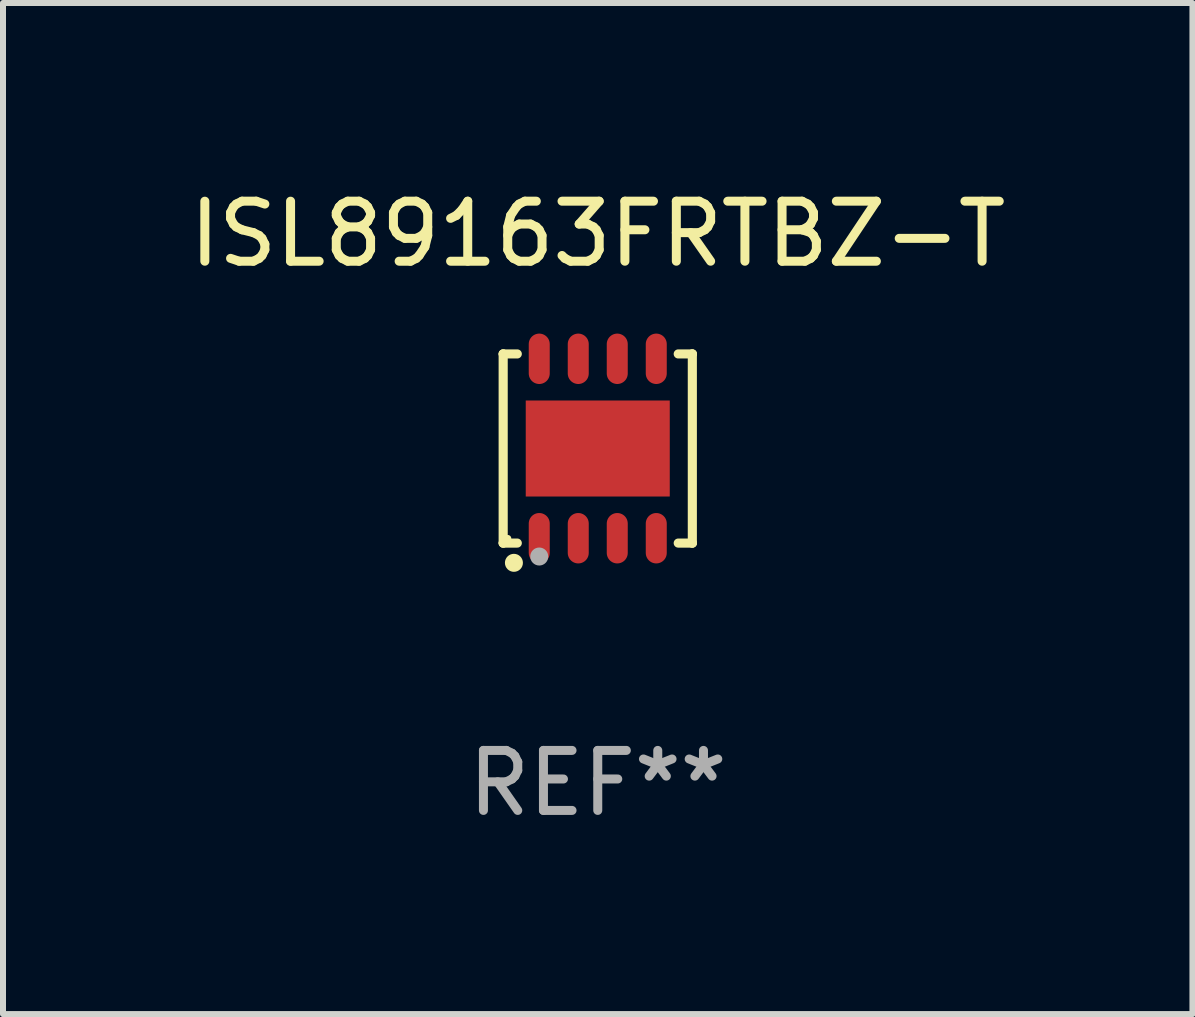
<source format=kicad_pcb>
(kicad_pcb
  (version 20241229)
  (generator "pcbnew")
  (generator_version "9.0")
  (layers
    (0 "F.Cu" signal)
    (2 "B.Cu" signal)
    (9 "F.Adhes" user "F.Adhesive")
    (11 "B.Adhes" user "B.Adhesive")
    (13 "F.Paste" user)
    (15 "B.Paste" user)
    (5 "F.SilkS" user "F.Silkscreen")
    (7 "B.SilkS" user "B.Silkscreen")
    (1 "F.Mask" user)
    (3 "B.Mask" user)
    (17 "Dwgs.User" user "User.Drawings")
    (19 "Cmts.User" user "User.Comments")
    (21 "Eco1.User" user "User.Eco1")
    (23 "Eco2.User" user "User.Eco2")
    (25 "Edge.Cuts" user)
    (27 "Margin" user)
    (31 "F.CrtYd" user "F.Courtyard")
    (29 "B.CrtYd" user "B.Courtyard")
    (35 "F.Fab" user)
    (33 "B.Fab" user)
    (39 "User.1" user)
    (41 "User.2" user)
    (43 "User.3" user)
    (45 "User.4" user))
  (footprint "ISL89163FRTBZ-T"
    (layer "F.Cu")
    (at 6.911 4.424)
    (property "Reference" "ISL89163FRTBZ-T" (at 0 -3.576 0) (layer "F.SilkS") (effects (font (size 1 1) (thickness 0.15))))
    (attr through_hole)
    (fp_line (start -1.576 -1.576) (end -1.576 -1.576) (stroke (width 0.152) (type solid)) (layer "F.SilkS"))
    (fp_line (start -1.576 -1.576) (end -1.341 -1.576) (stroke (width 0.152) (type solid)) (layer "F.SilkS"))
    (fp_line (start -1.576 1.576) (end -1.576 -1.576) (stroke (width 0.152) (type solid)) (layer "F.SilkS"))
    (fp_line (start -1.576 1.576) (end -1.576 1.576) (stroke (width 0.152) (type solid)) (layer "F.SilkS"))
    (fp_line (start -1.341 1.576) (end -1.576 1.576) (stroke (width 0.152) (type solid)) (layer "F.SilkS"))
    (fp_line (start 1.341 1.576) (end 1.576 1.576) (stroke (width 0.152) (type solid)) (layer "F.SilkS"))
    (fp_line (start 1.576 -1.576) (end 1.341 -1.576) (stroke (width 0.152) (type solid)) (layer "F.SilkS"))
    (fp_line (start 1.576 -1.576) (end 1.576 -1.576) (stroke (width 0.152) (type solid)) (layer "F.SilkS"))
    (fp_line (start 1.576 1.576) (end 1.576 -1.576) (stroke (width 0.152) (type solid)) (layer "F.SilkS"))
    (fp_line (start 1.576 1.576) (end 1.576 1.576) (stroke (width 0.152) (type solid)) (layer "F.SilkS"))
    (fp_circle (center -1.5 1.5) (end -1.47 1.5) (stroke (width 0.06) (type solid)) (fill no) (layer "F.SilkS"))
    (fp_circle (center -1.397 1.905) (end -1.322 1.905) (stroke (width 0.15) (type solid)) (fill no) (layer "F.SilkS"))
    (fp_circle (center -0.975 1.8) (end -0.9 1.8) (stroke (width 0.15) (type solid)) (fill no) (layer "F.Fab"))
    (fp_text user "REF**" (at 0 5.576 0) (layer "F.Fab") (effects (font (size 1 1) (thickness 0.15))))
    (pad "1" smd oval (at -0.975 1.495) (size 0.35 0.84) (layers "F.Cu" "F.Mask" "F.Paste"))
    (pad "2" smd oval (at -0.325 1.495) (size 0.35 0.84) (layers "F.Cu" "F.Mask" "F.Paste"))
    (pad "3" smd oval (at 0.325 1.495) (size 0.35 0.84) (layers "F.Cu" "F.Mask" "F.Paste"))
    (pad "4" smd oval (at 0.975 1.495) (size 0.35 0.84) (layers "F.Cu" "F.Mask" "F.Paste"))
    (pad "5" smd oval (at 0.975 -1.495) (size 0.35 0.84) (layers "F.Cu" "F.Mask" "F.Paste"))
    (pad "6" smd oval (at 0.325 -1.495) (size 0.35 0.84) (layers "F.Cu" "F.Mask" "F.Paste"))
    (pad "7" smd oval (at -0.325 -1.495) (size 0.35 0.84) (layers "F.Cu" "F.Mask" "F.Paste"))
    (pad "8" smd oval (at -0.975 -1.495) (size 0.35 0.84) (layers "F.Cu" "F.Mask" "F.Paste"))
    (pad "9" smd rect (at 0 0) (size 2.4 1.6) (layers "F.Cu" "F.Mask" "F.Paste")))
  (gr_rect
    (start -3 -3)
    (end 16.821 13.849)
    (stroke (width 0.1) (type default))
    (fill no)
    (layer "Edge.Cuts")))
</source>
